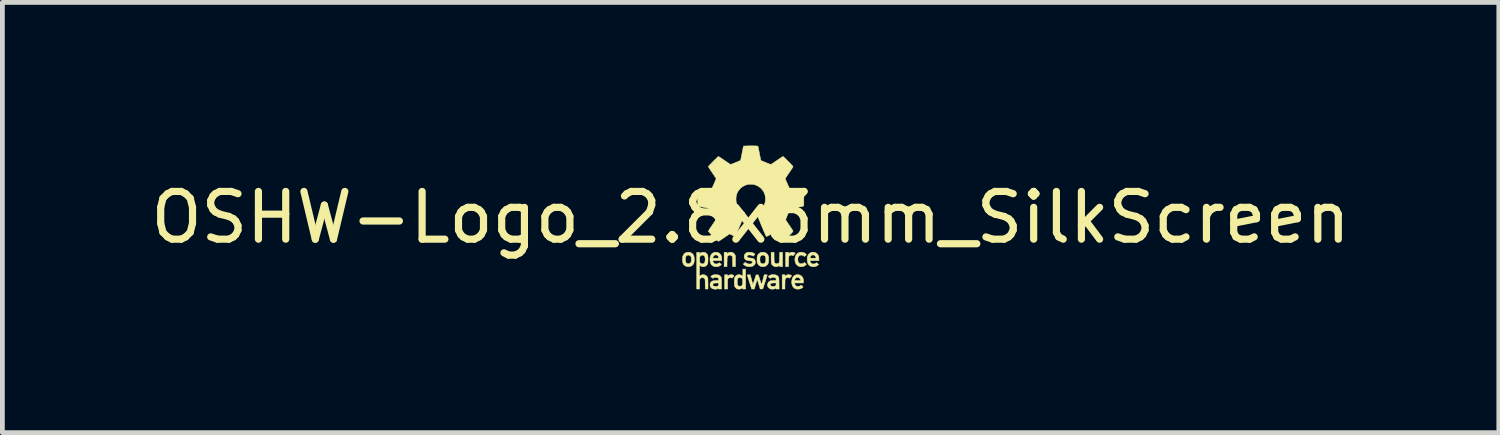
<source format=kicad_pcb>
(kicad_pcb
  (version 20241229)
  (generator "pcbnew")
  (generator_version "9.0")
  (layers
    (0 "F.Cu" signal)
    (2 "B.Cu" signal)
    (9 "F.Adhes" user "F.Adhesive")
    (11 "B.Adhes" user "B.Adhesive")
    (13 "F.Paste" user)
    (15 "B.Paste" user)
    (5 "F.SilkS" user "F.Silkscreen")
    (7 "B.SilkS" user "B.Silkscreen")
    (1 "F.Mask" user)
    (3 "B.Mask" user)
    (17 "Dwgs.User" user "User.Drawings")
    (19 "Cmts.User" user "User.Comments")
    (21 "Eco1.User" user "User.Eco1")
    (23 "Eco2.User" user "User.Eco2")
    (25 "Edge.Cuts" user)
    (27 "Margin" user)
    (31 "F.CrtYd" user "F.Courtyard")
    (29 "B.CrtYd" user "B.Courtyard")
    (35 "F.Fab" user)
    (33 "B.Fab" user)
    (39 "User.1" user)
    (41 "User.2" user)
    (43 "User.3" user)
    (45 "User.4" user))
  (footprint "OSHW-Logo_2.8x3mm_SilkScreen"
    (layer "F.Cu")
    (at 12.673 1.505)
    (property "Reference" "OSHW-Logo_2.8x3mm_SilkScreen" (at 0 0 0) (layer "F.SilkS") (effects (font (size 1 1) (thickness 0.15))))
    (attr exclude_from_pos_files exclude_from_bom)
    (fp_poly (pts (xy 0.897 0.731) (xy 0.915 0.738) (xy 0.925 0.744) (xy 0.934 0.751) (xy 0.892 0.802) (xy 0.877 0.795) (xy 0.859 0.789) (xy 0.842 0.789) (xy 0.825 0.795) (xy 0.817 0.798) (xy 0.811 0.802) (xy 0.806 0.808) (xy 0.803 0.815) (xy 0.8 0.824) (xy 0.798 0.838) (xy 0.797 0.855) (xy 0.796 0.878) (xy 0.795 0.907) (xy 0.795 0.927) (xy 0.793 1.029) (xy 0.733 1.031) (xy 0.733 0.73) (xy 0.795 0.73) (xy 0.795 0.759) (xy 0.807 0.75) (xy 0.826 0.738) (xy 0.845 0.73) (xy 0.859 0.728) (xy 0.877 0.727) (xy 0.897 0.731)) (stroke (width 0.01) (type solid)) (fill yes) (layer "F.SilkS"))
    (fp_poly (pts (xy 0.816 1.2) (xy 0.835 1.205) (xy 0.85 1.213) (xy 0.855 1.216) (xy 0.857 1.219) (xy 0.857 1.222) (xy 0.854 1.227) (xy 0.848 1.235) (xy 0.839 1.247) (xy 0.828 1.259) (xy 0.818 1.272) (xy 0.805 1.266) (xy 0.786 1.26) (xy 0.767 1.26) (xy 0.749 1.266) (xy 0.734 1.277) (xy 0.729 1.284) (xy 0.726 1.289) (xy 0.724 1.293) (xy 0.723 1.298) (xy 0.722 1.306) (xy 0.721 1.316) (xy 0.72 1.331) (xy 0.72 1.35) (xy 0.72 1.374) (xy 0.719 1.398) (xy 0.718 1.499) (xy 0.661 1.499) (xy 0.661 1.201) (xy 0.719 1.201) (xy 0.719 1.23) (xy 0.736 1.218) (xy 0.755 1.207) (xy 0.772 1.2) (xy 0.792 1.198) (xy 0.798 1.198) (xy 0.816 1.2)) (stroke (width 0.01) (type solid)) (fill yes) (layer "F.SilkS"))
    (fp_poly (pts (xy -0.385 1.2) (xy -0.372 1.205) (xy -0.371 1.205) (xy -0.358 1.211) (xy -0.35 1.216) (xy -0.348 1.222) (xy -0.352 1.23) (xy -0.36 1.241) (xy -0.365 1.246) (xy -0.374 1.257) (xy -0.382 1.265) (xy -0.387 1.27) (xy -0.388 1.27) (xy -0.392 1.269) (xy -0.399 1.265) (xy -0.408 1.262) (xy -0.421 1.26) (xy -0.426 1.26) (xy -0.447 1.263) (xy -0.464 1.272) (xy -0.475 1.286) (xy -0.478 1.29) (xy -0.479 1.294) (xy -0.481 1.3) (xy -0.481 1.309) (xy -0.482 1.32) (xy -0.482 1.336) (xy -0.483 1.357) (xy -0.483 1.384) (xy -0.483 1.398) (xy -0.483 1.499) (xy -0.544 1.499) (xy -0.544 1.201) (xy -0.483 1.201) (xy -0.483 1.232) (xy -0.473 1.222) (xy -0.455 1.209) (xy -0.434 1.202) (xy -0.414 1.199) (xy -0.398 1.198) (xy -0.385 1.2)) (stroke (width 0.01) (type solid)) (fill yes) (layer "F.SilkS"))
    (fp_poly (pts (xy -0.384 0.732) (xy -0.362 0.743) (xy -0.343 0.76) (xy -0.329 0.782) (xy -0.318 0.803) (xy -0.318 1.029) (xy -0.376 1.029) (xy -0.377 0.927) (xy -0.378 0.897) (xy -0.379 0.873) (xy -0.379 0.855) (xy -0.38 0.841) (xy -0.381 0.832) (xy -0.382 0.825) (xy -0.383 0.82) (xy -0.385 0.816) (xy -0.387 0.814) (xy -0.402 0.799) (xy -0.42 0.79) (xy -0.439 0.788) (xy -0.459 0.793) (xy -0.462 0.794) (xy -0.47 0.799) (xy -0.476 0.803) (xy -0.482 0.808) (xy -0.485 0.815) (xy -0.488 0.825) (xy -0.49 0.838) (xy -0.492 0.855) (xy -0.493 0.877) (xy -0.493 0.906) (xy -0.494 0.927) (xy -0.495 1.029) (xy -0.555 1.031) (xy -0.555 0.73) (xy -0.494 0.73) (xy -0.494 0.759) (xy -0.482 0.75) (xy -0.458 0.736) (xy -0.433 0.729) (xy -0.408 0.727) (xy -0.384 0.732)) (stroke (width 0.01) (type solid)) (fill yes) (layer "F.SilkS"))
    (fp_poly (pts (xy 0.668 1.031) (xy 0.638 1.03) (xy 0.608 1.029) (xy 0.607 1.016) (xy 0.606 1.003) (xy 0.588 1.015) (xy 0.575 1.022) (xy 0.563 1.027) (xy 0.556 1.029) (xy 0.545 1.031) (xy 0.536 1.032) (xy 0.535 1.032) (xy 0.527 1.032) (xy 0.516 1.031) (xy 0.513 1.031) (xy 0.488 1.022) (xy 0.465 1.007) (xy 0.455 0.997) (xy 0.448 0.989) (xy 0.443 0.981) (xy 0.439 0.973) (xy 0.436 0.963) (xy 0.433 0.951) (xy 0.432 0.935) (xy 0.431 0.916) (xy 0.43 0.891) (xy 0.43 0.86) (xy 0.43 0.838) (xy 0.43 0.731) (xy 0.49 0.729) (xy 0.491 0.83) (xy 0.491 0.863) (xy 0.492 0.889) (xy 0.493 0.909) (xy 0.494 0.925) (xy 0.496 0.937) (xy 0.5 0.946) (xy 0.504 0.952) (xy 0.51 0.957) (xy 0.518 0.962) (xy 0.524 0.965) (xy 0.543 0.971) (xy 0.562 0.97) (xy 0.579 0.963) (xy 0.584 0.959) (xy 0.59 0.955) (xy 0.594 0.95) (xy 0.598 0.944) (xy 0.6 0.937) (xy 0.602 0.928) (xy 0.604 0.915) (xy 0.605 0.898) (xy 0.605 0.875) (xy 0.606 0.847) (xy 0.606 0.833) (xy 0.608 0.731) (xy 0.638 0.73) (xy 0.668 0.729) (xy 0.668 1.031)) (stroke (width 0.01) (type solid)) (fill yes) (layer "F.SilkS"))
    (fp_poly (pts (xy -0.105 1.499) (xy -0.163 1.499) (xy -0.163 1.47) (xy -0.182 1.483) (xy -0.207 1.496) (xy -0.234 1.502) (xy -0.26 1.501) (xy -0.279 1.497) (xy -0.296 1.488) (xy -0.312 1.474) (xy -0.326 1.457) (xy -0.335 1.439) (xy -0.336 1.437) (xy -0.338 1.424) (xy -0.34 1.406) (xy -0.341 1.384) (xy -0.342 1.36) (xy -0.341 1.352) (xy -0.281 1.352) (xy -0.28 1.381) (xy -0.276 1.403) (xy -0.27 1.42) (xy -0.261 1.431) (xy -0.248 1.437) (xy -0.231 1.44) (xy -0.219 1.44) (xy -0.205 1.439) (xy -0.196 1.436) (xy -0.188 1.431) (xy -0.186 1.429) (xy -0.177 1.417) (xy -0.171 1.402) (xy -0.167 1.383) (xy -0.166 1.357) (xy -0.166 1.35) (xy -0.167 1.323) (xy -0.17 1.302) (xy -0.175 1.286) (xy -0.183 1.274) (xy -0.186 1.272) (xy -0.193 1.266) (xy -0.201 1.262) (xy -0.213 1.261) (xy -0.219 1.26) (xy -0.239 1.261) (xy -0.254 1.265) (xy -0.265 1.274) (xy -0.273 1.287) (xy -0.278 1.306) (xy -0.281 1.332) (xy -0.281 1.352) (xy -0.341 1.352) (xy -0.341 1.335) (xy -0.341 1.311) (xy -0.339 1.289) (xy -0.337 1.272) (xy -0.335 1.263) (xy -0.326 1.243) (xy -0.311 1.225) (xy -0.292 1.211) (xy -0.276 1.203) (xy -0.252 1.198) (xy -0.229 1.199) (xy -0.205 1.206) (xy -0.18 1.219) (xy -0.171 1.225) (xy -0.163 1.231) (xy -0.163 1.082) (xy -0.105 1.082) (xy -0.105 1.499)) (stroke (width 0.01) (type solid)) (fill yes) (layer "F.SilkS"))
    (fp_poly (pts (xy 1.089 0.731) (xy 1.115 0.738) (xy 1.137 0.75) (xy 1.151 0.761) (xy 1.169 0.778) (xy 1.157 0.79) (xy 1.148 0.8) (xy 1.138 0.808) (xy 1.135 0.81) (xy 1.126 0.817) (xy 1.109 0.804) (xy 1.089 0.793) (xy 1.068 0.788) (xy 1.047 0.789) (xy 1.028 0.796) (xy 1.011 0.808) (xy 0.999 0.825) (xy 0.998 0.826) (xy 0.994 0.836) (xy 0.991 0.845) (xy 0.99 0.856) (xy 0.989 0.872) (xy 0.989 0.88) (xy 0.99 0.903) (xy 0.993 0.921) (xy 0.998 0.935) (xy 1.006 0.946) (xy 1.009 0.95) (xy 1.025 0.962) (xy 1.045 0.969) (xy 1.066 0.971) (xy 1.087 0.967) (xy 1.107 0.958) (xy 1.117 0.95) (xy 1.123 0.945) (xy 1.128 0.944) (xy 1.132 0.947) (xy 1.14 0.954) (xy 1.15 0.963) (xy 1.151 0.963) (xy 1.169 0.981) (xy 1.158 0.993) (xy 1.148 1.001) (xy 1.135 1.01) (xy 1.126 1.016) (xy 1.113 1.022) (xy 1.101 1.026) (xy 1.088 1.029) (xy 1.069 1.032) (xy 1.069 1.032) (xy 1.061 1.032) (xy 1.05 1.032) (xy 1.041 1.031) (xy 1.013 1.024) (xy 0.988 1.011) (xy 0.966 0.993) (xy 0.949 0.97) (xy 0.937 0.943) (xy 0.929 0.912) (xy 0.927 0.878) (xy 0.929 0.851) (xy 0.937 0.818) (xy 0.95 0.789) (xy 0.968 0.765) (xy 0.991 0.747) (xy 1.007 0.738) (xy 1.02 0.733) (xy 1.032 0.73) (xy 1.045 0.728) (xy 1.06 0.728) (xy 1.089 0.731)) (stroke (width 0.01) (type solid)) (fill yes) (layer "F.SilkS"))
    (fp_poly (pts (xy 0.991 1.199) (xy 1.019 1.203) (xy 1.043 1.212) (xy 1.064 1.226) (xy 1.065 1.227) (xy 1.083 1.246) (xy 1.095 1.268) (xy 1.103 1.294) (xy 1.107 1.325) (xy 1.107 1.338) (xy 1.107 1.372) (xy 0.922 1.372) (xy 0.922 1.382) (xy 0.924 1.395) (xy 0.931 1.41) (xy 0.939 1.423) (xy 0.944 1.429) (xy 0.961 1.439) (xy 0.98 1.444) (xy 1.002 1.444) (xy 1.025 1.438) (xy 1.047 1.426) (xy 1.053 1.422) (xy 1.057 1.421) (xy 1.062 1.422) (xy 1.07 1.427) (xy 1.08 1.435) (xy 1.089 1.444) (xy 1.096 1.452) (xy 1.099 1.457) (xy 1.099 1.457) (xy 1.095 1.461) (xy 1.088 1.468) (xy 1.08 1.475) (xy 1.055 1.489) (xy 1.026 1.498) (xy 0.996 1.502) (xy 0.965 1.5) (xy 0.945 1.495) (xy 0.92 1.484) (xy 0.9 1.467) (xy 0.883 1.445) (xy 0.871 1.418) (xy 0.863 1.388) (xy 0.861 1.355) (xy 0.863 1.321) (xy 0.921 1.321) (xy 1.045 1.321) (xy 1.045 1.313) (xy 1.043 1.301) (xy 1.036 1.287) (xy 1.027 1.274) (xy 1.017 1.264) (xy 1.016 1.264) (xy 1.008 1.259) (xy 0.999 1.257) (xy 0.987 1.256) (xy 0.981 1.257) (xy 0.959 1.261) (xy 0.943 1.27) (xy 0.931 1.284) (xy 0.924 1.305) (xy 0.924 1.308) (xy 0.921 1.321) (xy 0.863 1.321) (xy 0.863 1.319) (xy 0.866 1.304) (xy 0.875 1.272) (xy 0.889 1.246) (xy 0.908 1.225) (xy 0.93 1.21) (xy 0.956 1.201) (xy 0.985 1.198) (xy 0.991 1.199)) (stroke (width 0.01) (type solid)) (fill yes) (layer "F.SilkS"))
    (fp_poly (pts (xy 0.285 0.731) (xy 0.31 0.739) (xy 0.333 0.753) (xy 0.337 0.757) (xy 0.354 0.776) (xy 0.366 0.796) (xy 0.374 0.82) (xy 0.377 0.847) (xy 0.378 0.879) (xy 0.377 0.909) (xy 0.374 0.936) (xy 0.369 0.958) (xy 0.365 0.968) (xy 0.349 0.991) (xy 0.329 1.009) (xy 0.305 1.023) (xy 0.277 1.03) (xy 0.247 1.031) (xy 0.235 1.03) (xy 0.208 1.023) (xy 0.184 1.01) (xy 0.164 0.992) (xy 0.148 0.968) (xy 0.141 0.95) (xy 0.138 0.94) (xy 0.136 0.929) (xy 0.135 0.918) (xy 0.134 0.903) (xy 0.135 0.884) (xy 0.135 0.882) (xy 0.195 0.882) (xy 0.195 0.882) (xy 0.196 0.908) (xy 0.199 0.928) (xy 0.204 0.943) (xy 0.212 0.954) (xy 0.223 0.963) (xy 0.235 0.968) (xy 0.253 0.971) (xy 0.273 0.969) (xy 0.288 0.963) (xy 0.302 0.951) (xy 0.311 0.935) (xy 0.317 0.913) (xy 0.319 0.885) (xy 0.318 0.863) (xy 0.315 0.839) (xy 0.31 0.821) (xy 0.302 0.807) (xy 0.29 0.798) (xy 0.285 0.795) (xy 0.264 0.788) (xy 0.244 0.789) (xy 0.225 0.796) (xy 0.213 0.805) (xy 0.206 0.814) (xy 0.201 0.824) (xy 0.197 0.839) (xy 0.195 0.857) (xy 0.195 0.882) (xy 0.135 0.882) (xy 0.135 0.87) (xy 0.135 0.849) (xy 0.136 0.833) (xy 0.137 0.821) (xy 0.139 0.812) (xy 0.142 0.804) (xy 0.145 0.796) (xy 0.146 0.794) (xy 0.16 0.774) (xy 0.177 0.755) (xy 0.197 0.741) (xy 0.212 0.734) (xy 0.228 0.73) (xy 0.248 0.728) (xy 0.256 0.728) (xy 0.285 0.731)) (stroke (width 0.01) (type solid)) (fill yes) (layer "F.SilkS"))
    (fp_poly (pts (xy -1.278 0.729) (xy -1.254 0.736) (xy -1.252 0.738) (xy -1.229 0.751) (xy -1.21 0.77) (xy -1.195 0.791) (xy -1.194 0.793) (xy -1.187 0.813) (xy -1.183 0.837) (xy -1.181 0.864) (xy -1.181 0.893) (xy -1.183 0.92) (xy -1.187 0.945) (xy -1.194 0.965) (xy -1.195 0.968) (xy -1.211 0.992) (xy -1.232 1.01) (xy -1.256 1.023) (xy -1.284 1.03) (xy -1.315 1.031) (xy -1.326 1.03) (xy -1.352 1.023) (xy -1.376 1.01) (xy -1.39 0.998) (xy -1.404 0.982) (xy -1.414 0.965) (xy -1.421 0.945) (xy -1.425 0.92) (xy -1.426 0.891) (xy -1.426 0.88) (xy -1.365 0.88) (xy -1.365 0.88) (xy -1.365 0.9) (xy -1.364 0.914) (xy -1.362 0.924) (xy -1.36 0.933) (xy -1.357 0.939) (xy -1.346 0.955) (xy -1.33 0.966) (xy -1.312 0.971) (xy -1.292 0.97) (xy -1.274 0.963) (xy -1.261 0.954) (xy -1.251 0.941) (xy -1.245 0.924) (xy -1.242 0.902) (xy -1.242 0.874) (xy -1.242 0.871) (xy -1.244 0.847) (xy -1.247 0.829) (xy -1.252 0.815) (xy -1.261 0.805) (xy -1.272 0.797) (xy -1.274 0.796) (xy -1.288 0.79) (xy -1.301 0.788) (xy -1.31 0.789) (xy -1.328 0.792) (xy -1.342 0.801) (xy -1.354 0.815) (xy -1.357 0.82) (xy -1.36 0.828) (xy -1.363 0.836) (xy -1.364 0.846) (xy -1.365 0.86) (xy -1.365 0.88) (xy -1.426 0.88) (xy -1.426 0.864) (xy -1.425 0.844) (xy -1.424 0.83) (xy -1.422 0.819) (xy -1.42 0.81) (xy -1.416 0.801) (xy -1.412 0.794) (xy -1.399 0.771) (xy -1.381 0.754) (xy -1.359 0.74) (xy -1.354 0.737) (xy -1.331 0.73) (xy -1.305 0.727) (xy -1.278 0.729)) (stroke (width 0.01) (type solid)) (fill yes) (layer "F.SilkS"))
    (fp_poly (pts (xy -0.728 0.728) (xy -0.697 0.731) (xy -0.671 0.741) (xy -0.648 0.756) (xy -0.629 0.778) (xy -0.62 0.794) (xy -0.615 0.805) (xy -0.611 0.815) (xy -0.609 0.824) (xy -0.608 0.837) (xy -0.607 0.853) (xy -0.607 0.861) (xy -0.605 0.904) (xy -0.698 0.904) (xy -0.727 0.904) (xy -0.75 0.904) (xy -0.767 0.904) (xy -0.779 0.905) (xy -0.786 0.907) (xy -0.79 0.909) (xy -0.791 0.913) (xy -0.79 0.919) (xy -0.788 0.926) (xy -0.787 0.93) (xy -0.778 0.948) (xy -0.764 0.962) (xy -0.746 0.971) (xy -0.725 0.975) (xy -0.709 0.974) (xy -0.697 0.971) (xy -0.683 0.965) (xy -0.674 0.96) (xy -0.654 0.948) (xy -0.636 0.963) (xy -0.627 0.971) (xy -0.619 0.977) (xy -0.615 0.98) (xy -0.615 0.985) (xy -0.621 0.993) (xy -0.623 0.995) (xy -0.644 1.012) (xy -0.67 1.024) (xy -0.699 1.031) (xy -0.732 1.031) (xy -0.743 1.03) (xy -0.763 1.026) (xy -0.784 1.018) (xy -0.802 1.007) (xy -0.808 1.003) (xy -0.825 0.983) (xy -0.838 0.959) (xy -0.847 0.931) (xy -0.851 0.901) (xy -0.852 0.87) (xy -0.85 0.853) (xy -0.792 0.853) (xy -0.668 0.853) (xy -0.668 0.843) (xy -0.671 0.828) (xy -0.678 0.813) (xy -0.687 0.8) (xy -0.694 0.795) (xy -0.714 0.786) (xy -0.734 0.784) (xy -0.752 0.789) (xy -0.768 0.799) (xy -0.781 0.815) (xy -0.789 0.835) (xy -0.79 0.839) (xy -0.792 0.853) (xy -0.85 0.853) (xy -0.848 0.838) (xy -0.84 0.809) (xy -0.827 0.782) (xy -0.817 0.766) (xy -0.804 0.754) (xy -0.788 0.743) (xy -0.781 0.74) (xy -0.768 0.733) (xy -0.756 0.73) (xy -0.745 0.728) (xy -0.729 0.728) (xy -0.728 0.728)) (stroke (width 0.01) (type solid)) (fill yes) (layer "F.SilkS"))
    (fp_poly (pts (xy 0.018 1.298) (xy 0.025 1.324) (xy 0.032 1.348) (xy 0.037 1.368) (xy 0.042 1.385) (xy 0.045 1.396) (xy 0.047 1.402) (xy 0.047 1.402) (xy 0.049 1.401) (xy 0.052 1.393) (xy 0.058 1.378) (xy 0.065 1.358) (xy 0.074 1.331) (xy 0.082 1.306) (xy 0.115 1.203) (xy 0.161 1.203) (xy 0.194 1.305) (xy 0.204 1.334) (xy 0.212 1.357) (xy 0.218 1.374) (xy 0.222 1.387) (xy 0.226 1.394) (xy 0.228 1.398) (xy 0.23 1.399) (xy 0.231 1.397) (xy 0.231 1.397) (xy 0.233 1.392) (xy 0.236 1.38) (xy 0.241 1.363) (xy 0.247 1.342) (xy 0.253 1.319) (xy 0.26 1.295) (xy 0.285 1.201) (xy 0.317 1.201) (xy 0.331 1.202) (xy 0.342 1.202) (xy 0.348 1.204) (xy 0.348 1.204) (xy 0.347 1.208) (xy 0.344 1.218) (xy 0.339 1.234) (xy 0.333 1.254) (xy 0.325 1.278) (xy 0.317 1.306) (xy 0.307 1.336) (xy 0.302 1.352) (xy 0.255 1.497) (xy 0.201 1.499) (xy 0.17 1.398) (xy 0.163 1.372) (xy 0.155 1.349) (xy 0.149 1.329) (xy 0.144 1.314) (xy 0.14 1.303) (xy 0.138 1.299) (xy 0.138 1.299) (xy 0.136 1.303) (xy 0.132 1.313) (xy 0.128 1.327) (xy 0.122 1.346) (xy 0.115 1.367) (xy 0.114 1.37) (xy 0.107 1.394) (xy 0.1 1.417) (xy 0.094 1.439) (xy 0.088 1.457) (xy 0.085 1.469) (xy 0.076 1.499) (xy 0.022 1.499) (xy -0.001 1.426) (xy -0.01 1.397) (xy -0.021 1.365) (xy -0.031 1.332) (xy -0.041 1.301) (xy -0.047 1.281) (xy -0.054 1.26) (xy -0.061 1.24) (xy -0.066 1.224) (xy -0.07 1.212) (xy -0.072 1.206) (xy -0.072 1.206) (xy -0.071 1.204) (xy -0.065 1.202) (xy -0.053 1.202) (xy -0.041 1.201) (xy -0.008 1.201) (xy 0.018 1.298)) (stroke (width 0.01) (type solid)) (fill yes) (layer "F.SilkS"))
    (fp_poly (pts (xy 0.493 1.199) (xy 0.524 1.204) (xy 0.549 1.213) (xy 0.569 1.228) (xy 0.583 1.247) (xy 0.587 1.254) (xy 0.589 1.259) (xy 0.59 1.265) (xy 0.591 1.272) (xy 0.592 1.283) (xy 0.593 1.297) (xy 0.594 1.315) (xy 0.594 1.339) (xy 0.594 1.368) (xy 0.595 1.384) (xy 0.596 1.499) (xy 0.534 1.499) (xy 0.534 1.474) (xy 0.523 1.484) (xy 0.509 1.493) (xy 0.49 1.499) (xy 0.468 1.502) (xy 0.445 1.502) (xy 0.423 1.499) (xy 0.417 1.497) (xy 0.399 1.488) (xy 0.381 1.475) (xy 0.367 1.459) (xy 0.362 1.451) (xy 0.357 1.436) (xy 0.354 1.418) (xy 0.354 1.412) (xy 0.356 1.401) (xy 0.412 1.401) (xy 0.412 1.415) (xy 0.419 1.428) (xy 0.431 1.438) (xy 0.432 1.438) (xy 0.443 1.442) (xy 0.459 1.444) (xy 0.477 1.445) (xy 0.495 1.444) (xy 0.508 1.442) (xy 0.51 1.441) (xy 0.52 1.435) (xy 0.527 1.427) (xy 0.531 1.413) (xy 0.533 1.397) (xy 0.535 1.372) (xy 0.495 1.372) (xy 0.468 1.373) (xy 0.446 1.375) (xy 0.431 1.379) (xy 0.42 1.386) (xy 0.414 1.395) (xy 0.412 1.401) (xy 0.356 1.401) (xy 0.358 1.387) (xy 0.367 1.364) (xy 0.383 1.346) (xy 0.404 1.332) (xy 0.412 1.328) (xy 0.419 1.327) (xy 0.432 1.325) (xy 0.45 1.324) (xy 0.469 1.322) (xy 0.478 1.322) (xy 0.534 1.32) (xy 0.534 1.303) (xy 0.532 1.285) (xy 0.528 1.272) (xy 0.519 1.263) (xy 0.505 1.258) (xy 0.486 1.256) (xy 0.468 1.256) (xy 0.452 1.257) (xy 0.442 1.259) (xy 0.434 1.261) (xy 0.429 1.265) (xy 0.426 1.267) (xy 0.416 1.277) (xy 0.403 1.267) (xy 0.392 1.259) (xy 0.381 1.251) (xy 0.379 1.249) (xy 0.369 1.241) (xy 0.381 1.228) (xy 0.397 1.215) (xy 0.414 1.206) (xy 0.436 1.201) (xy 0.458 1.199) (xy 0.493 1.199)) (stroke (width 0.01) (type solid)) (fill yes) (layer "F.SilkS"))
    (fp_poly (pts (xy 1.308 0.728) (xy 1.339 0.731) (xy 1.366 0.741) (xy 1.388 0.756) (xy 1.407 0.778) (xy 1.416 0.794) (xy 1.421 0.805) (xy 1.425 0.815) (xy 1.427 0.824) (xy 1.428 0.837) (xy 1.429 0.853) (xy 1.43 0.861) (xy 1.431 0.904) (xy 1.338 0.904) (xy 1.309 0.904) (xy 1.286 0.904) (xy 1.269 0.904) (xy 1.258 0.905) (xy 1.25 0.907) (xy 1.246 0.909) (xy 1.245 0.913) (xy 1.246 0.919) (xy 1.248 0.926) (xy 1.249 0.93) (xy 1.258 0.948) (xy 1.272 0.962) (xy 1.291 0.971) (xy 1.311 0.975) (xy 1.327 0.974) (xy 1.339 0.971) (xy 1.353 0.965) (xy 1.363 0.96) (xy 1.382 0.948) (xy 1.402 0.965) (xy 1.411 0.973) (xy 1.419 0.98) (xy 1.422 0.983) (xy 1.422 0.983) (xy 1.42 0.988) (xy 1.414 0.995) (xy 1.404 1.003) (xy 1.393 1.011) (xy 1.381 1.017) (xy 1.381 1.018) (xy 1.367 1.023) (xy 1.353 1.028) (xy 1.346 1.029) (xy 1.335 1.031) (xy 1.325 1.032) (xy 1.323 1.032) (xy 1.316 1.032) (xy 1.304 1.032) (xy 1.294 1.031) (xy 1.264 1.024) (xy 1.239 1.011) (xy 1.219 0.994) (xy 1.203 0.97) (xy 1.193 0.942) (xy 1.187 0.908) (xy 1.185 0.88) (xy 1.187 0.845) (xy 1.245 0.845) (xy 1.245 0.848) (xy 1.246 0.85) (xy 1.25 0.851) (xy 1.256 0.852) (xy 1.266 0.853) (xy 1.282 0.853) (xy 1.303 0.853) (xy 1.368 0.853) (xy 1.368 0.843) (xy 1.365 0.824) (xy 1.355 0.808) (xy 1.342 0.795) (xy 1.324 0.787) (xy 1.305 0.784) (xy 1.294 0.786) (xy 1.279 0.792) (xy 1.265 0.803) (xy 1.254 0.818) (xy 1.247 0.834) (xy 1.245 0.845) (xy 1.187 0.845) (xy 1.187 0.843) (xy 1.194 0.811) (xy 1.206 0.785) (xy 1.222 0.763) (xy 1.244 0.746) (xy 1.254 0.74) (xy 1.267 0.734) (xy 1.278 0.73) (xy 1.289 0.728) (xy 1.304 0.728) (xy 1.308 0.728)) (stroke (width 0.01) (type solid)) (fill yes) (layer "F.SilkS"))
    (fp_poly (pts (xy 0.001 0.729) (xy 0.025 0.733) (xy 0.034 0.736) (xy 0.05 0.742) (xy 0.065 0.749) (xy 0.078 0.757) (xy 0.087 0.764) (xy 0.089 0.768) (xy 0.088 0.772) (xy 0.082 0.78) (xy 0.074 0.79) (xy 0.073 0.791) (xy 0.056 0.811) (xy 0.031 0.798) (xy 0.016 0.792) (xy 0.004 0.788) (xy -0.009 0.786) (xy -0.022 0.786) (xy -0.039 0.786) (xy -0.051 0.788) (xy -0.059 0.792) (xy -0.059 0.792) (xy -0.07 0.802) (xy -0.074 0.814) (xy -0.074 0.826) (xy -0.068 0.836) (xy -0.061 0.84) (xy -0.054 0.843) (xy -0.041 0.845) (xy -0.024 0.848) (xy -0.01 0.849) (xy 0.013 0.852) (xy 0.031 0.854) (xy 0.045 0.857) (xy 0.055 0.861) (xy 0.064 0.867) (xy 0.07 0.872) (xy 0.085 0.887) (xy 0.094 0.906) (xy 0.098 0.929) (xy 0.098 0.937) (xy 0.097 0.955) (xy 0.095 0.969) (xy 0.089 0.98) (xy 0.079 0.993) (xy 0.076 0.996) (xy 0.056 1.012) (xy 0.032 1.024) (xy 0.002 1.03) (xy -0.031 1.031) (xy -0.047 1.03) (xy -0.064 1.028) (xy -0.081 1.023) (xy -0.091 1.02) (xy -0.104 1.014) (xy -0.119 1.006) (xy -0.132 0.997) (xy -0.143 0.989) (xy -0.15 0.982) (xy -0.152 0.979) (xy -0.15 0.974) (xy -0.143 0.966) (xy -0.133 0.957) (xy -0.133 0.957) (xy -0.113 0.939) (xy -0.101 0.949) (xy -0.077 0.963) (xy -0.05 0.972) (xy -0.023 0.976) (xy 0.002 0.973) (xy 0.003 0.973) (xy 0.021 0.966) (xy 0.032 0.956) (xy 0.037 0.942) (xy 0.038 0.938) (xy 0.035 0.926) (xy 0.028 0.917) (xy 0.015 0.912) (xy 0.001 0.909) (xy -0.028 0.906) (xy -0.051 0.903) (xy -0.068 0.9) (xy -0.082 0.896) (xy -0.093 0.892) (xy -0.102 0.886) (xy -0.11 0.879) (xy -0.115 0.874) (xy -0.125 0.861) (xy -0.131 0.847) (xy -0.134 0.83) (xy -0.135 0.817) (xy -0.131 0.792) (xy -0.122 0.771) (xy -0.106 0.753) (xy -0.085 0.739) (xy -0.068 0.733) (xy -0.048 0.729) (xy -0.024 0.728) (xy 0.001 0.729)) (stroke (width 0.01) (type solid)) (fill yes) (layer "F.SilkS"))
    (fp_poly (pts (xy -0.71 1.2) (xy -0.696 1.2) (xy -0.686 1.202) (xy -0.677 1.204) (xy -0.668 1.207) (xy -0.663 1.209) (xy -0.65 1.217) (xy -0.638 1.225) (xy -0.631 1.231) (xy -0.626 1.238) (xy -0.621 1.245) (xy -0.618 1.253) (xy -0.615 1.263) (xy -0.613 1.277) (xy -0.611 1.293) (xy -0.61 1.314) (xy -0.61 1.341) (xy -0.61 1.373) (xy -0.61 1.389) (xy -0.61 1.499) (xy -0.671 1.499) (xy -0.671 1.477) (xy -0.682 1.486) (xy -0.694 1.493) (xy -0.706 1.499) (xy -0.707 1.499) (xy -0.725 1.502) (xy -0.747 1.502) (xy -0.769 1.5) (xy -0.786 1.496) (xy -0.81 1.485) (xy -0.828 1.471) (xy -0.84 1.453) (xy -0.845 1.441) (xy -0.849 1.424) (xy -0.849 1.409) (xy -0.791 1.409) (xy -0.789 1.424) (xy -0.78 1.434) (xy -0.772 1.439) (xy -0.761 1.442) (xy -0.745 1.444) (xy -0.728 1.444) (xy -0.711 1.444) (xy -0.697 1.442) (xy -0.694 1.441) (xy -0.682 1.434) (xy -0.675 1.422) (xy -0.672 1.404) (xy -0.671 1.394) (xy -0.671 1.371) (xy -0.718 1.373) (xy -0.743 1.374) (xy -0.762 1.376) (xy -0.776 1.38) (xy -0.784 1.386) (xy -0.789 1.394) (xy -0.791 1.404) (xy -0.791 1.409) (xy -0.849 1.409) (xy -0.849 1.404) (xy -0.846 1.385) (xy -0.842 1.374) (xy -0.833 1.358) (xy -0.818 1.344) (xy -0.802 1.333) (xy -0.792 1.329) (xy -0.784 1.327) (xy -0.77 1.325) (xy -0.752 1.324) (xy -0.732 1.323) (xy -0.725 1.322) (xy -0.671 1.32) (xy -0.671 1.3) (xy -0.672 1.288) (xy -0.674 1.277) (xy -0.675 1.273) (xy -0.684 1.265) (xy -0.699 1.259) (xy -0.72 1.256) (xy -0.731 1.256) (xy -0.75 1.256) (xy -0.763 1.259) (xy -0.773 1.264) (xy -0.782 1.271) (xy -0.786 1.274) (xy -0.79 1.274) (xy -0.795 1.272) (xy -0.803 1.266) (xy -0.812 1.259) (xy -0.836 1.241) (xy -0.824 1.228) (xy -0.813 1.22) (xy -0.8 1.211) (xy -0.793 1.208) (xy -0.785 1.204) (xy -0.776 1.202) (xy -0.765 1.2) (xy -0.751 1.2) (xy -0.732 1.2) (xy -0.73 1.2) (xy -0.71 1.2)) (stroke (width 0.01) (type solid)) (fill yes) (layer "F.SilkS"))
    (fp_poly (pts (xy -0.96 0.732) (xy -0.95 0.736) (xy -0.93 0.75) (xy -0.913 0.768) (xy -0.901 0.789) (xy -0.898 0.797) (xy -0.896 0.809) (xy -0.894 0.826) (xy -0.893 0.847) (xy -0.893 0.87) (xy -0.893 0.895) (xy -0.894 0.918) (xy -0.895 0.939) (xy -0.897 0.957) (xy -0.9 0.97) (xy -0.901 0.973) (xy -0.914 0.995) (xy -0.933 1.012) (xy -0.955 1.025) (xy -0.981 1.031) (xy -0.993 1.032) (xy -1.017 1.029) (xy -1.038 1.021) (xy -1.057 1.009) (xy -1.071 0.998) (xy -1.071 1.23) (xy -1.055 1.218) (xy -1.033 1.206) (xy -1.009 1.199) (xy -0.984 1.199) (xy -0.96 1.204) (xy -0.938 1.214) (xy -0.919 1.23) (xy -0.904 1.25) (xy -0.898 1.264) (xy -0.896 1.272) (xy -0.895 1.286) (xy -0.894 1.306) (xy -0.894 1.334) (xy -0.893 1.368) (xy -0.893 1.387) (xy -0.893 1.499) (xy -0.95 1.499) (xy -0.952 1.4) (xy -0.952 1.371) (xy -0.952 1.347) (xy -0.953 1.329) (xy -0.954 1.316) (xy -0.954 1.306) (xy -0.956 1.299) (xy -0.957 1.294) (xy -0.959 1.29) (xy -0.96 1.289) (xy -0.973 1.273) (xy -0.989 1.263) (xy -1.007 1.259) (xy -1.025 1.261) (xy -1.042 1.268) (xy -1.056 1.281) (xy -1.061 1.289) (xy -1.064 1.293) (xy -1.065 1.298) (xy -1.067 1.304) (xy -1.068 1.312) (xy -1.069 1.324) (xy -1.069 1.34) (xy -1.07 1.362) (xy -1.07 1.389) (xy -1.07 1.4) (xy -1.071 1.499) (xy -1.129 1.499) (xy -1.129 0.875) (xy -1.069 0.875) (xy -1.069 0.88) (xy -1.068 0.907) (xy -1.065 0.927) (xy -1.061 0.943) (xy -1.054 0.954) (xy -1.044 0.962) (xy -1.037 0.966) (xy -1.02 0.971) (xy -1.002 0.971) (xy -0.985 0.967) (xy -0.977 0.963) (xy -0.968 0.954) (xy -0.961 0.938) (xy -0.955 0.918) (xy -0.952 0.895) (xy -0.952 0.87) (xy -0.954 0.849) (xy -0.959 0.826) (xy -0.966 0.809) (xy -0.976 0.798) (xy -0.99 0.791) (xy -1.006 0.789) (xy -1.026 0.79) (xy -1.042 0.796) (xy -1.054 0.808) (xy -1.06 0.818) (xy -1.064 0.827) (xy -1.066 0.835) (xy -1.068 0.845) (xy -1.068 0.858) (xy -1.069 0.875) (xy -1.129 0.875) (xy -1.129 0.73) (xy -1.071 0.73) (xy -1.071 0.744) (xy -1.07 0.754) (xy -1.067 0.758) (xy -1.062 0.755) (xy -1.058 0.752) (xy -1.044 0.74) (xy -1.025 0.733) (xy -1.003 0.729) (xy -0.981 0.728) (xy -0.96 0.732)) (stroke (width 0.01) (type solid)) (fill yes) (layer "F.SilkS"))
    (fp_poly (pts (xy 0.041 -1.5) (xy 0.069 -1.499) (xy 0.094 -1.499) (xy 0.115 -1.498) (xy 0.133 -1.497) (xy 0.146 -1.495) (xy 0.152 -1.494) (xy 0.152 -1.494) (xy 0.154 -1.489) (xy 0.157 -1.478) (xy 0.161 -1.461) (xy 0.165 -1.44) (xy 0.17 -1.415) (xy 0.176 -1.386) (xy 0.182 -1.355) (xy 0.184 -1.344) (xy 0.19 -1.312) (xy 0.196 -1.283) (xy 0.201 -1.257) (xy 0.206 -1.234) (xy 0.21 -1.216) (xy 0.213 -1.203) (xy 0.215 -1.196) (xy 0.215 -1.195) (xy 0.22 -1.193) (xy 0.23 -1.188) (xy 0.245 -1.181) (xy 0.264 -1.173) (xy 0.285 -1.164) (xy 0.308 -1.155) (xy 0.331 -1.145) (xy 0.354 -1.136) (xy 0.375 -1.128) (xy 0.393 -1.121) (xy 0.408 -1.115) (xy 0.418 -1.112) (xy 0.422 -1.111) (xy 0.427 -1.113) (xy 0.436 -1.118) (xy 0.45 -1.127) (xy 0.469 -1.139) (xy 0.49 -1.153) (xy 0.514 -1.17) (xy 0.54 -1.187) (xy 0.55 -1.194) (xy 0.577 -1.212) (xy 0.602 -1.229) (xy 0.624 -1.244) (xy 0.644 -1.257) (xy 0.659 -1.267) (xy 0.671 -1.274) (xy 0.677 -1.277) (xy 0.678 -1.278) (xy 0.682 -1.275) (xy 0.691 -1.268) (xy 0.703 -1.257) (xy 0.718 -1.243) (xy 0.736 -1.226) (xy 0.755 -1.207) (xy 0.775 -1.187) (xy 0.795 -1.167) (xy 0.815 -1.146) (xy 0.834 -1.127) (xy 0.851 -1.109) (xy 0.866 -1.093) (xy 0.878 -1.08) (xy 0.886 -1.071) (xy 0.889 -1.066) (xy 0.889 -1.065) (xy 0.887 -1.06) (xy 0.882 -1.051) (xy 0.873 -1.036) (xy 0.861 -1.018) (xy 0.847 -0.996) (xy 0.831 -0.972) (xy 0.813 -0.946) (xy 0.808 -0.938) (xy 0.79 -0.912) (xy 0.773 -0.888) (xy 0.758 -0.865) (xy 0.746 -0.846) (xy 0.736 -0.831) (xy 0.729 -0.82) (xy 0.726 -0.815) (xy 0.726 -0.814) (xy 0.727 -0.809) (xy 0.731 -0.798) (xy 0.737 -0.782) (xy 0.745 -0.763) (xy 0.754 -0.742) (xy 0.764 -0.719) (xy 0.775 -0.696) (xy 0.785 -0.673) (xy 0.795 -0.651) (xy 0.803 -0.632) (xy 0.811 -0.616) (xy 0.817 -0.605) (xy 0.82 -0.599) (xy 0.821 -0.599) (xy 0.826 -0.597) (xy 0.837 -0.595) (xy 0.854 -0.591) (xy 0.875 -0.587) (xy 0.9 -0.582) (xy 0.929 -0.577) (xy 0.959 -0.571) (xy 0.964 -0.57) (xy 1 -0.563) (xy 1.029 -0.558) (xy 1.053 -0.553) (xy 1.071 -0.549) (xy 1.085 -0.546) (xy 1.094 -0.543) (xy 1.101 -0.541) (xy 1.105 -0.539) (xy 1.108 -0.537) (xy 1.11 -0.534) (xy 1.111 -0.531) (xy 1.112 -0.526) (xy 1.113 -0.518) (xy 1.113 -0.507) (xy 1.114 -0.492) (xy 1.114 -0.473) (xy 1.114 -0.448) (xy 1.114 -0.418) (xy 1.114 -0.388) (xy 1.114 -0.352) (xy 1.114 -0.323) (xy 1.114 -0.299) (xy 1.114 -0.281) (xy 1.113 -0.267) (xy 1.113 -0.257) (xy 1.112 -0.25) (xy 1.111 -0.245) (xy 1.109 -0.242) (xy 1.108 -0.24) (xy 1.108 -0.24) (xy 1.1 -0.236) (xy 1.085 -0.231) (xy 1.065 -0.227) (xy 1.024 -0.219) (xy 0.985 -0.212) (xy 0.949 -0.205) (xy 0.916 -0.199) (xy 0.887 -0.194) (xy 0.863 -0.189) (xy 0.845 -0.185) (xy 0.831 -0.182) (xy 0.825 -0.18) (xy 0.824 -0.179) (xy 0.822 -0.175) (xy 0.818 -0.165) (xy 0.811 -0.15) (xy 0.803 -0.131) (xy 0.794 -0.108) (xy 0.784 -0.082) (xy 0.777 -0.066) (xy 0.765 -0.035) (xy 0.755 -0.01) (xy 0.747 0.009) (xy 0.742 0.024) (xy 0.739 0.035) (xy 0.736 0.043) (xy 0.736 0.048) (xy 0.736 0.052) (xy 0.737 0.054) (xy 0.74 0.059) (xy 0.746 0.069) (xy 0.756 0.084) (xy 0.768 0.102) (xy 0.783 0.124) (xy 0.799 0.148) (xy 0.815 0.171) (xy 0.834 0.198) (xy 0.85 0.223) (xy 0.864 0.244) (xy 0.875 0.262) (xy 0.884 0.276) (xy 0.888 0.285) (xy 0.889 0.287) (xy 0.887 0.292) (xy 0.88 0.301) (xy 0.869 0.314) (xy 0.855 0.329) (xy 0.838 0.347) (xy 0.819 0.366) (xy 0.799 0.386) (xy 0.779 0.406) (xy 0.759 0.426) (xy 0.739 0.445) (xy 0.721 0.462) (xy 0.705 0.477) (xy 0.692 0.489) (xy 0.683 0.497) (xy 0.677 0.5) (xy 0.676 0.5) (xy 0.672 0.498) (xy 0.662 0.492) (xy 0.648 0.482) (xy 0.63 0.47) (xy 0.609 0.456) (xy 0.586 0.44) (xy 0.563 0.425) (xy 0.538 0.408) (xy 0.515 0.392) (xy 0.494 0.378) (xy 0.476 0.366) (xy 0.462 0.356) (xy 0.452 0.35) (xy 0.449 0.348) (xy 0.445 0.347) (xy 0.439 0.347) (xy 0.432 0.349) (xy 0.422 0.354) (xy 0.407 0.361) (xy 0.388 0.372) (xy 0.37 0.381) (xy 0.354 0.389) (xy 0.341 0.395) (xy 0.332 0.398) (xy 0.329 0.398) (xy 0.327 0.397) (xy 0.324 0.392) (xy 0.32 0.384) (xy 0.314 0.372) (xy 0.307 0.356) (xy 0.298 0.336) (xy 0.287 0.31) (xy 0.274 0.28) (xy 0.258 0.243) (xy 0.241 0.201) (xy 0.224 0.162) (xy 0.208 0.122) (xy 0.193 0.084) (xy 0.178 0.049) (xy 0.165 0.017) (xy 0.153 -0.012) (xy 0.144 -0.037) (xy 0.136 -0.058) (xy 0.13 -0.073) (xy 0.127 -0.082) (xy 0.126 -0.085) (xy 0.126 -0.09) (xy 0.128 -0.095) (xy 0.134 -0.1) (xy 0.143 -0.108) (xy 0.157 -0.118) (xy 0.158 -0.119) (xy 0.189 -0.142) (xy 0.215 -0.164) (xy 0.237 -0.186) (xy 0.255 -0.209) (xy 0.271 -0.235) (xy 0.28 -0.252) (xy 0.293 -0.282) (xy 0.302 -0.31) (xy 0.307 -0.339) (xy 0.309 -0.371) (xy 0.31 -0.387) (xy 0.308 -0.429) (xy 0.301 -0.467) (xy 0.29 -0.503) (xy 0.273 -0.538) (xy 0.26 -0.559) (xy 0.231 -0.596) (xy 0.198 -0.627) (xy 0.161 -0.653) (xy 0.118 -0.674) (xy 0.091 -0.684) (xy 0.078 -0.688) (xy 0.068 -0.691) (xy 0.057 -0.693) (xy 0.045 -0.694) (xy 0.029 -0.694) (xy 0.008 -0.695) (xy 0.002 -0.695) (xy -0.021 -0.695) (xy -0.038 -0.694) (xy -0.051 -0.693) (xy -0.061 -0.692) (xy -0.072 -0.689) (xy -0.084 -0.686) (xy -0.087 -0.684) (xy -0.133 -0.666) (xy -0.174 -0.642) (xy -0.21 -0.614) (xy -0.241 -0.579) (xy -0.256 -0.559) (xy -0.277 -0.524) (xy -0.291 -0.489) (xy -0.301 -0.452) (xy -0.305 -0.412) (xy -0.306 -0.387) (xy -0.305 -0.352) (xy -0.301 -0.322) (xy -0.293 -0.294) (xy -0.282 -0.266) (xy -0.276 -0.252) (xy -0.261 -0.225) (xy -0.245 -0.201) (xy -0.226 -0.178) (xy -0.203 -0.156) (xy -0.175 -0.134) (xy -0.153 -0.118) (xy -0.139 -0.108) (xy -0.13 -0.1) (xy -0.125 -0.095) (xy -0.122 -0.09) (xy -0.122 -0.085) (xy -0.124 -0.08) (xy -0.128 -0.069) (xy -0.134 -0.052) (xy -0.143 -0.03) (xy -0.153 -0.004) (xy -0.165 0.026) (xy -0.179 0.059) (xy -0.193 0.095) (xy -0.209 0.134) (xy -0.221 0.162) (xy -0.241 0.209) (xy -0.258 0.25) (xy -0.273 0.286) (xy -0.285 0.315) (xy -0.296 0.34) (xy -0.305 0.36) (xy -0.312 0.375) (xy -0.317 0.386) (xy -0.321 0.393) (xy -0.324 0.397) (xy -0.325 0.398) (xy -0.331 0.397) (xy -0.341 0.393) (xy -0.356 0.386) (xy -0.373 0.378) (xy -0.384 0.372) (xy -0.404 0.361) (xy -0.419 0.354) (xy -0.429 0.349) (xy -0.436 0.347) (xy -0.441 0.347) (xy -0.444 0.348) (xy -0.449 0.351) (xy -0.459 0.357) (xy -0.474 0.367) (xy -0.492 0.379) (xy -0.513 0.393) (xy -0.537 0.41) (xy -0.559 0.425) (xy -0.584 0.442) (xy -0.607 0.458) (xy -0.628 0.472) (xy -0.646 0.483) (xy -0.66 0.492) (xy -0.669 0.498) (xy -0.673 0.5) (xy -0.676 0.499) (xy -0.682 0.495) (xy -0.691 0.488) (xy -0.703 0.476) (xy -0.719 0.461) (xy -0.739 0.442) (xy -0.764 0.417) (xy -0.783 0.399) (xy -0.811 0.37) (xy -0.834 0.347) (xy -0.852 0.328) (xy -0.867 0.312) (xy -0.877 0.301) (xy -0.883 0.293) (xy -0.885 0.288) (xy -0.886 0.287) (xy -0.884 0.282) (xy -0.878 0.272) (xy -0.868 0.257) (xy -0.856 0.237) (xy -0.841 0.215) (xy -0.824 0.189) (xy -0.811 0.171) (xy -0.794 0.146) (xy -0.778 0.122) (xy -0.764 0.101) (xy -0.752 0.083) (xy -0.742 0.068) (xy -0.736 0.058) (xy -0.733 0.054) (xy -0.732 0.051) (xy -0.732 0.046) (xy -0.734 0.04) (xy -0.736 0.031) (xy -0.741 0.018) (xy -0.747 0.001) (xy -0.755 -0.021) (xy -0.766 -0.048) (xy -0.773 -0.066) (xy -0.784 -0.092) (xy -0.794 -0.117) (xy -0.803 -0.139) (xy -0.811 -0.157) (xy -0.817 -0.17) (xy -0.821 -0.178) (xy -0.822 -0.18) (xy -0.827 -0.181) (xy -0.838 -0.184) (xy -0.854 -0.188) (xy -0.875 -0.192) (xy -0.9 -0.197) (xy -0.928 -0.202) (xy -0.958 -0.208) (xy -0.962 -0.209) (xy -0.992 -0.215) (xy -1.021 -0.22) (xy -1.046 -0.225) (xy -1.068 -0.23) (xy -1.085 -0.233) (xy -1.097 -0.236) (xy -1.103 -0.238) (xy -1.103 -0.238) (xy -1.104 -0.24) (xy -1.106 -0.243) (xy -1.107 -0.248) (xy -1.108 -0.257) (xy -1.108 -0.268) (xy -1.109 -0.284) (xy -1.109 -0.305) (xy -1.109 -0.331) (xy -1.11 -0.364) (xy -1.11 -0.38) (xy -1.11 -0.411) (xy -1.11 -0.441) (xy -1.11 -0.467) (xy -1.11 -0.49) (xy -1.11 -0.509) (xy -1.109 -0.522) (xy -1.109 -0.528) (xy -1.109 -0.529) (xy -1.106 -0.537) (xy -1.101 -0.542) (xy -1.101 -0.542) (xy -1.097 -0.543) (xy -1.085 -0.546) (xy -1.069 -0.549) (xy -1.048 -0.553) (xy -1.023 -0.558) (xy -0.994 -0.563) (xy -0.964 -0.569) (xy -0.959 -0.57) (xy -0.929 -0.576) (xy -0.9 -0.581) (xy -0.874 -0.586) (xy -0.852 -0.591) (xy -0.835 -0.594) (xy -0.823 -0.597) (xy -0.817 -0.599) (xy -0.817 -0.599) (xy -0.814 -0.603) (xy -0.809 -0.612) (xy -0.802 -0.627) (xy -0.794 -0.645) (xy -0.784 -0.666) (xy -0.774 -0.688) (xy -0.764 -0.712) (xy -0.754 -0.735) (xy -0.745 -0.757) (xy -0.736 -0.776) (xy -0.73 -0.793) (xy -0.725 -0.806) (xy -0.722 -0.813) (xy -0.722 -0.814) (xy -0.724 -0.818) (xy -0.73 -0.827) (xy -0.739 -0.841) (xy -0.751 -0.859) (xy -0.765 -0.881) (xy -0.781 -0.904) (xy -0.798 -0.93) (xy -0.804 -0.938) (xy -0.822 -0.965) (xy -0.838 -0.989) (xy -0.853 -1.012) (xy -0.866 -1.031) (xy -0.876 -1.047) (xy -0.882 -1.058) (xy -0.885 -1.064) (xy -0.886 -1.065) (xy -0.883 -1.069) (xy -0.876 -1.078) (xy -0.865 -1.09) (xy -0.851 -1.105) (xy -0.834 -1.123) (xy -0.816 -1.142) (xy -0.796 -1.162) (xy -0.775 -1.183) (xy -0.755 -1.203) (xy -0.736 -1.222) (xy -0.718 -1.239) (xy -0.702 -1.254) (xy -0.689 -1.266) (xy -0.68 -1.274) (xy -0.675 -1.278) (xy -0.674 -1.278) (xy -0.67 -1.276) (xy -0.66 -1.27) (xy -0.646 -1.261) (xy -0.628 -1.249) (xy -0.606 -1.235) (xy -0.582 -1.219) (xy -0.556 -1.201) (xy -0.546 -1.194) (xy -0.52 -1.176) (xy -0.495 -1.159) (xy -0.472 -1.144) (xy -0.453 -1.131) (xy -0.437 -1.121) (xy -0.426 -1.114) (xy -0.419 -1.111) (xy -0.418 -1.111) (xy -0.413 -1.112) (xy -0.402 -1.116) (xy -0.387 -1.122) (xy -0.368 -1.129) (xy -0.347 -1.137) (xy -0.324 -1.147) (xy -0.301 -1.156) (xy -0.278 -1.166) (xy -0.257 -1.174) (xy -0.239 -1.182) (xy -0.225 -1.189) (xy -0.215 -1.193) (xy -0.211 -1.195) (xy -0.21 -1.2) (xy -0.207 -1.21) (xy -0.203 -1.227) (xy -0.199 -1.248) (xy -0.194 -1.273) (xy -0.188 -1.302) (xy -0.182 -1.332) (xy -0.18 -1.344) (xy -0.174 -1.375) (xy -0.169 -1.405) (xy -0.163 -1.431) (xy -0.158 -1.454) (xy -0.154 -1.473) (xy -0.151 -1.486) (xy -0.149 -1.493) (xy -0.149 -1.494) (xy -0.144 -1.495) (xy -0.133 -1.496) (xy -0.116 -1.497) (xy -0.096 -1.498) (xy -0.071 -1.499) (xy -0.044 -1.499) (xy -0.016 -1.5) (xy 0.013 -1.5) (xy 0.041 -1.5)) (stroke (width 0.01) (type solid)) (fill yes) (layer "F.SilkS")))
  (gr_rect
    (start -3 -3)
    (end 28.345 6.012)
    (stroke (width 0.1) (type default))
    (fill no)
    (layer "Edge.Cuts")))
</source>
